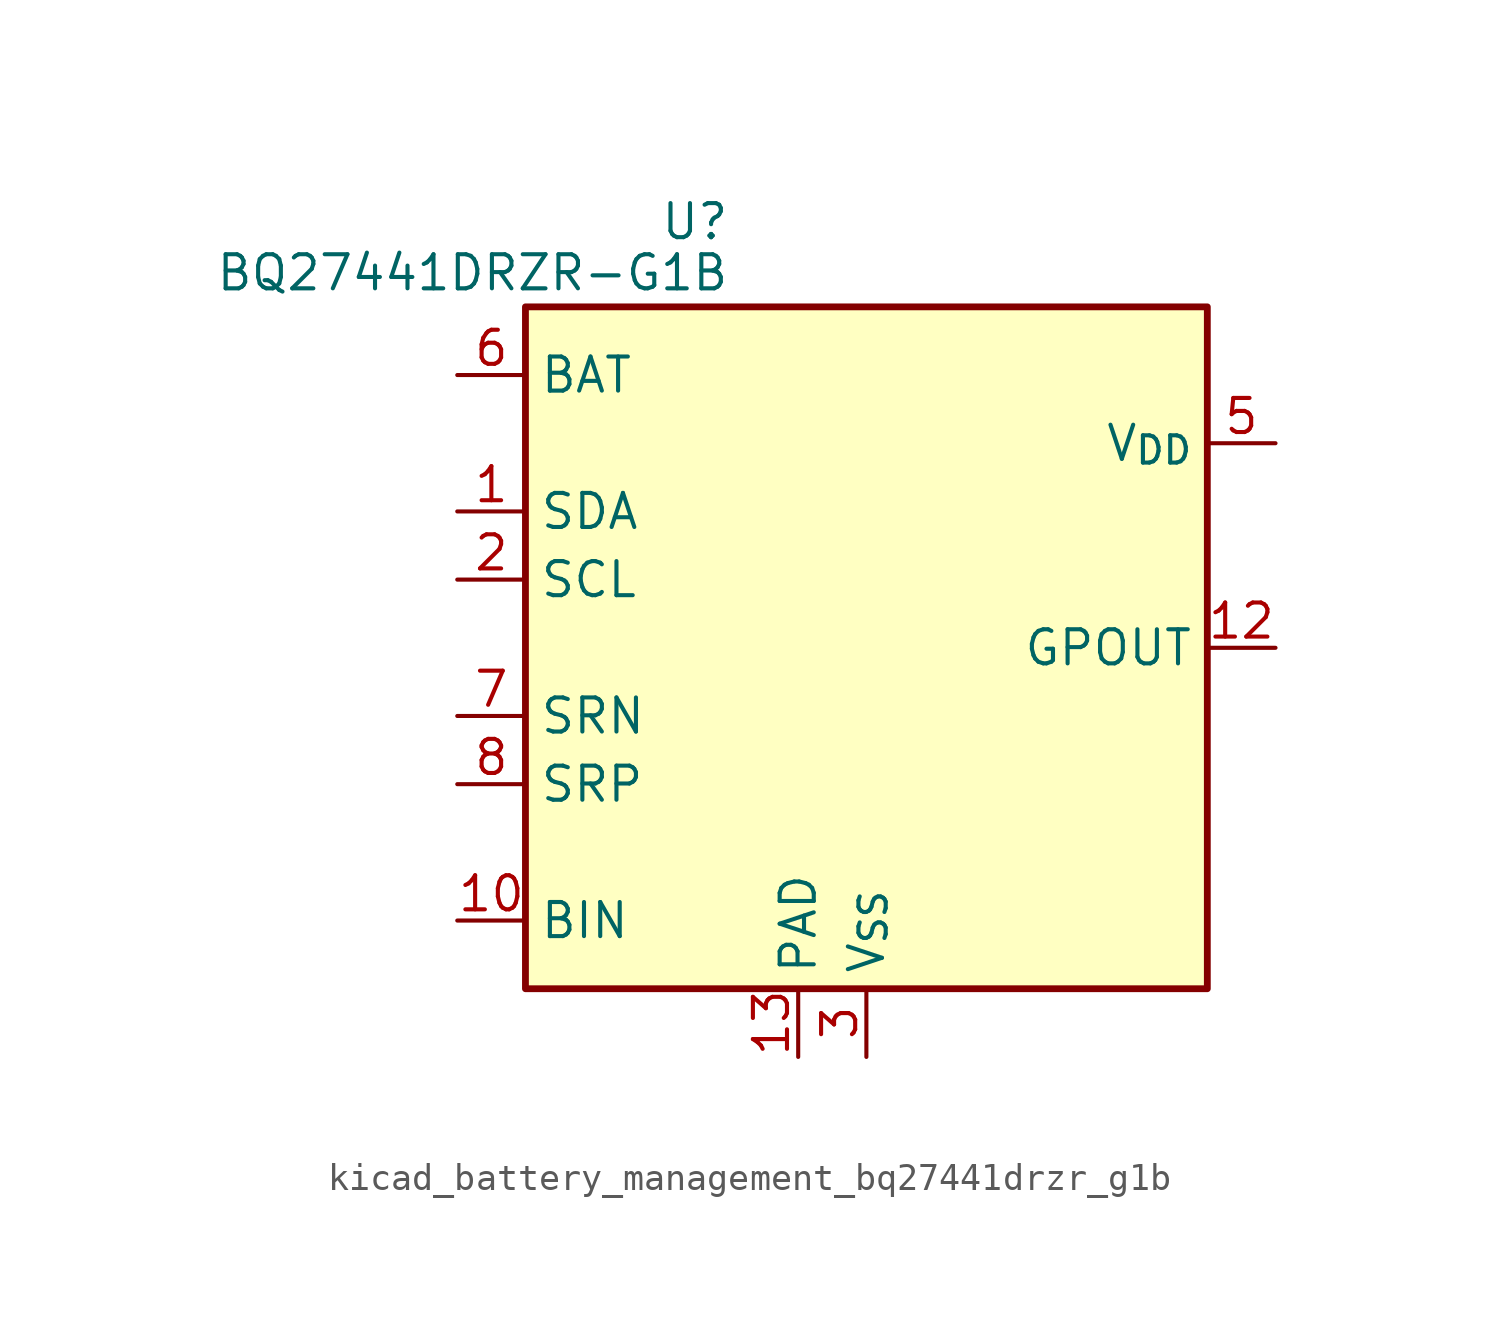
<source format=kicad_sym>
(kicad_symbol_lib
  (version 20220914)
  (generator kicad_symbol_editor)
  (symbol "kicad_battery_management_bq27441drzr_g1b"
    (property "Reference" "U"
      (at -5.08 15.875 0)
      (effects (font (size 1.27 1.27)) (justify right)))
    (property "Value" "BQ27441DRZR-G1B"
      (at -5.08 13.97 0)
      (effects (font (size 1.27 1.27)) (justify right)))
    (symbol "kicad_battery_management_bq27441drzr_g1b_0_1"
      (rectangle (start -12.7 12.7) (end 12.7 -12.7) (stroke (width 0.254) (type default)) (fill (type background))))
    (symbol "kicad_battery_management_bq27441drzr_g1b_1_1"
      (pin bidirectional line (at -15.24 5.08 0) (length 2.54) (name "SDA" (effects (font (size 1.27 1.27)))) (number "1" (effects (font (size 1.27 1.27)))))
      (pin input line (at -15.24 -10.16 0) (length 2.54) (name "BIN" (effects (font (size 1.27 1.27)))) (number "10" (effects (font (size 1.27 1.27)))))
      (pin no_connect line (at 10.16 -2.54 180) (length 2.54) hide (name "NC" (effects (font (size 1.27 1.27)))) (number "11" (effects (font (size 1.27 1.27)))))
      (pin output line (at 15.24 0 180) (length 2.54) (name "GPOUT" (effects (font (size 1.27 1.27)))) (number "12" (effects (font (size 1.27 1.27)))))
      (pin power_in line (at -2.54 -15.24 90) (length 2.54) (name "PAD" (effects (font (size 1.27 1.27)))) (number "13" (effects (font (size 1.27 1.27)))))
      (pin input line (at -15.24 2.54 0) (length 2.54) (name "SCL" (effects (font (size 1.27 1.27)))) (number "2" (effects (font (size 1.27 1.27)))))
      (pin power_in line (at 0 -15.24 90) (length 2.54) (name "V_{SS}" (effects (font (size 1.27 1.27)))) (number "3" (effects (font (size 1.27 1.27)))))
      (pin no_connect line (at 10.16 -7.62 180) (length 2.54) hide (name "NC" (effects (font (size 1.27 1.27)))) (number "4" (effects (font (size 1.27 1.27)))))
      (pin power_out line (at 15.24 7.62 180) (length 2.54) (name "V_{DD}" (effects (font (size 1.27 1.27)))) (number "5" (effects (font (size 1.27 1.27)))))
      (pin power_in line (at -15.24 10.16 0) (length 2.54) (name "BAT" (effects (font (size 1.27 1.27)))) (number "6" (effects (font (size 1.27 1.27)))))
      (pin input line (at -15.24 -2.54 0) (length 2.54) (name "SRN" (effects (font (size 1.27 1.27)))) (number "7" (effects (font (size 1.27 1.27)))))
      (pin input line (at -15.24 -5.08 0) (length 2.54) (name "SRP" (effects (font (size 1.27 1.27)))) (number "8" (effects (font (size 1.27 1.27)))))
      (pin no_connect line (at 10.16 -5.08 180) (length 2.54) hide (name "NC" (effects (font (size 1.27 1.27)))) (number "9" (effects (font (size 1.27 1.27))))))))
</source>
